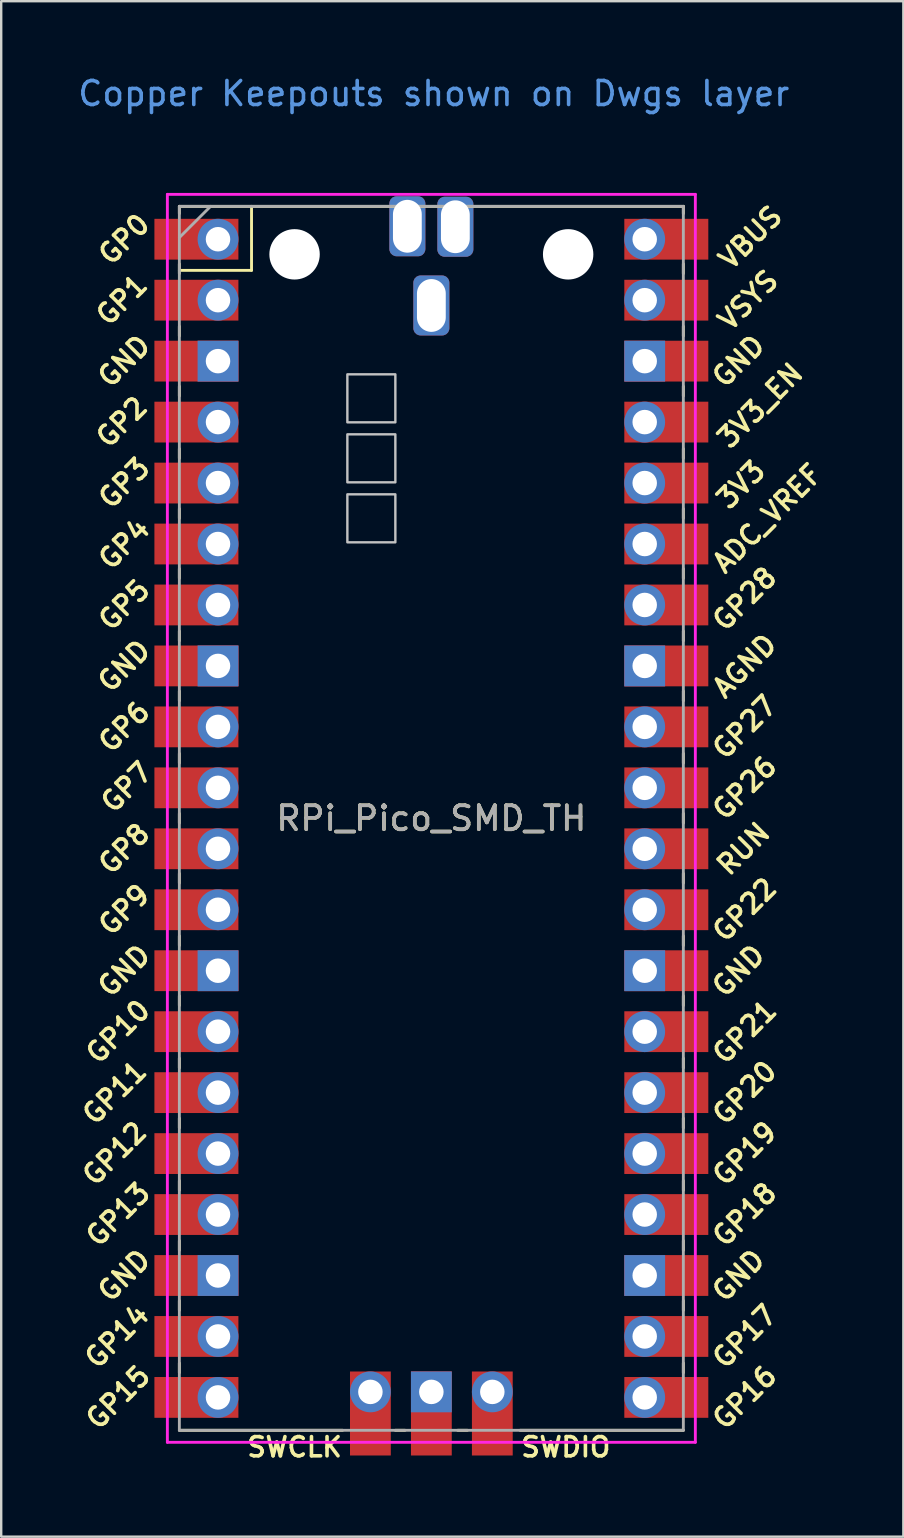
<source format=kicad_pcb>
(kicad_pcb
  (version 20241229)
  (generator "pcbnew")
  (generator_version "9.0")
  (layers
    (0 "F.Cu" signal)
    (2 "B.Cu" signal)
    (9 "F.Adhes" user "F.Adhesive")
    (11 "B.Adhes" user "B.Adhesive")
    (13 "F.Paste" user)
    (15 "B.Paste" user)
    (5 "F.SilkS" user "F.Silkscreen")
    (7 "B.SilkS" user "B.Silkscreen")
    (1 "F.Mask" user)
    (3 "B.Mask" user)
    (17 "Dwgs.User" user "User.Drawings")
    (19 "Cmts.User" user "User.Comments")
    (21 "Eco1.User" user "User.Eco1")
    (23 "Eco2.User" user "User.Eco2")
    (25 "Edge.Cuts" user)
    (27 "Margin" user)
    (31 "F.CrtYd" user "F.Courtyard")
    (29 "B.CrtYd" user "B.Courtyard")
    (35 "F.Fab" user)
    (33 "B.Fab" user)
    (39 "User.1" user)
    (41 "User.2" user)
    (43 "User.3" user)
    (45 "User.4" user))
  (footprint "RPi_Pico_SMD_TH"
    (layer "F.Cu")
    (at 14.924 31.048)
    (property "Reference" "RPi_Pico_SMD_TH" (at 0 0 180) (layer "F.SilkS") (effects (font (size 1 1) (thickness 0.15))))
    (attr through_hole)
    (fp_line (start -10.5 -25.5) (end -10.5 -25.2) (stroke (width 0.12) (type solid)) (layer "F.SilkS"))
    (fp_line (start -10.5 -25.5) (end 10.5 -25.5) (stroke (width 0.12) (type solid)) (layer "F.SilkS"))
    (fp_line (start -10.5 -23.1) (end -10.5 -22.7) (stroke (width 0.12) (type solid)) (layer "F.SilkS"))
    (fp_line (start -10.5 -22.833) (end -7.493 -22.833) (stroke (width 0.12) (type solid)) (layer "F.SilkS"))
    (fp_line (start -10.5 -20.5) (end -10.5 -20.1) (stroke (width 0.12) (type solid)) (layer "F.SilkS"))
    (fp_line (start -10.5 -18) (end -10.5 -17.6) (stroke (width 0.12) (type solid)) (layer "F.SilkS"))
    (fp_line (start -10.5 -15.4) (end -10.5 -15) (stroke (width 0.12) (type solid)) (layer "F.SilkS"))
    (fp_line (start -10.5 -12.9) (end -10.5 -12.5) (stroke (width 0.12) (type solid)) (layer "F.SilkS"))
    (fp_line (start -10.5 -10.4) (end -10.5 -10) (stroke (width 0.12) (type solid)) (layer "F.SilkS"))
    (fp_line (start -10.5 -7.8) (end -10.5 -7.4) (stroke (width 0.12) (type solid)) (layer "F.SilkS"))
    (fp_line (start -10.5 -5.3) (end -10.5 -4.9) (stroke (width 0.12) (type solid)) (layer "F.SilkS"))
    (fp_line (start -10.5 -2.7) (end -10.5 -2.3) (stroke (width 0.12) (type solid)) (layer "F.SilkS"))
    (fp_line (start -10.5 -0.2) (end -10.5 0.2) (stroke (width 0.12) (type solid)) (layer "F.SilkS"))
    (fp_line (start -10.5 2.3) (end -10.5 2.7) (stroke (width 0.12) (type solid)) (layer "F.SilkS"))
    (fp_line (start -10.5 4.9) (end -10.5 5.3) (stroke (width 0.12) (type solid)) (layer "F.SilkS"))
    (fp_line (start -10.5 7.4) (end -10.5 7.8) (stroke (width 0.12) (type solid)) (layer "F.SilkS"))
    (fp_line (start -10.5 10) (end -10.5 10.4) (stroke (width 0.12) (type solid)) (layer "F.SilkS"))
    (fp_line (start -10.5 12.5) (end -10.5 12.9) (stroke (width 0.12) (type solid)) (layer "F.SilkS"))
    (fp_line (start -10.5 15.1) (end -10.5 15.5) (stroke (width 0.12) (type solid)) (layer "F.SilkS"))
    (fp_line (start -10.5 17.6) (end -10.5 18) (stroke (width 0.12) (type solid)) (layer "F.SilkS"))
    (fp_line (start -10.5 20.1) (end -10.5 20.5) (stroke (width 0.12) (type solid)) (layer "F.SilkS"))
    (fp_line (start -10.5 22.7) (end -10.5 23.1) (stroke (width 0.12) (type solid)) (layer "F.SilkS"))
    (fp_line (start -7.493 -22.833) (end -7.493 -25.5) (stroke (width 0.12) (type solid)) (layer "F.SilkS"))
    (fp_line (start -3.7 25.5) (end -10.5 25.5) (stroke (width 0.12) (type solid)) (layer "F.SilkS"))
    (fp_line (start -1.5 25.5) (end -1.1 25.5) (stroke (width 0.12) (type solid)) (layer "F.SilkS"))
    (fp_line (start 1.1 25.5) (end 1.5 25.5) (stroke (width 0.12) (type solid)) (layer "F.SilkS"))
    (fp_line (start 10.5 -25.5) (end 10.5 -25.2) (stroke (width 0.12) (type solid)) (layer "F.SilkS"))
    (fp_line (start 10.5 -23.1) (end 10.5 -22.7) (stroke (width 0.12) (type solid)) (layer "F.SilkS"))
    (fp_line (start 10.5 -20.5) (end 10.5 -20.1) (stroke (width 0.12) (type solid)) (layer "F.SilkS"))
    (fp_line (start 10.5 -18) (end 10.5 -17.6) (stroke (width 0.12) (type solid)) (layer "F.SilkS"))
    (fp_line (start 10.5 -15.4) (end 10.5 -15) (stroke (width 0.12) (type solid)) (layer "F.SilkS"))
    (fp_line (start 10.5 -12.9) (end 10.5 -12.5) (stroke (width 0.12) (type solid)) (layer "F.SilkS"))
    (fp_line (start 10.5 -10.4) (end 10.5 -10) (stroke (width 0.12) (type solid)) (layer "F.SilkS"))
    (fp_line (start 10.5 -7.8) (end 10.5 -7.4) (stroke (width 0.12) (type solid)) (layer "F.SilkS"))
    (fp_line (start 10.5 -5.3) (end 10.5 -4.9) (stroke (width 0.12) (type solid)) (layer "F.SilkS"))
    (fp_line (start 10.5 -2.7) (end 10.5 -2.3) (stroke (width 0.12) (type solid)) (layer "F.SilkS"))
    (fp_line (start 10.5 -0.2) (end 10.5 0.2) (stroke (width 0.12) (type solid)) (layer "F.SilkS"))
    (fp_line (start 10.5 2.3) (end 10.5 2.7) (stroke (width 0.12) (type solid)) (layer "F.SilkS"))
    (fp_line (start 10.5 4.9) (end 10.5 5.3) (stroke (width 0.12) (type solid)) (layer "F.SilkS"))
    (fp_line (start 10.5 7.4) (end 10.5 7.8) (stroke (width 0.12) (type solid)) (layer "F.SilkS"))
    (fp_line (start 10.5 10) (end 10.5 10.4) (stroke (width 0.12) (type solid)) (layer "F.SilkS"))
    (fp_line (start 10.5 12.5) (end 10.5 12.9) (stroke (width 0.12) (type solid)) (layer "F.SilkS"))
    (fp_line (start 10.5 15.1) (end 10.5 15.5) (stroke (width 0.12) (type solid)) (layer "F.SilkS"))
    (fp_line (start 10.5 17.6) (end 10.5 18) (stroke (width 0.12) (type solid)) (layer "F.SilkS"))
    (fp_line (start 10.5 20.1) (end 10.5 20.5) (stroke (width 0.12) (type solid)) (layer "F.SilkS"))
    (fp_line (start 10.5 22.7) (end 10.5 23.1) (stroke (width 0.12) (type solid)) (layer "F.SilkS"))
    (fp_line (start 10.5 25.5) (end 3.7 25.5) (stroke (width 0.12) (type solid)) (layer "F.SilkS"))
    (fp_poly (pts (xy -1.5 -16.5) (xy -3.5 -16.5) (xy -3.5 -18.5) (xy -1.5 -18.5)) (stroke (width 0.1) (type solid)) (fill no) (layer "Dwgs.User"))
    (fp_poly (pts (xy -1.5 -14) (xy -3.5 -14) (xy -3.5 -16) (xy -1.5 -16)) (stroke (width 0.1) (type solid)) (fill no) (layer "Dwgs.User"))
    (fp_poly (pts (xy -1.5 -11.5) (xy -3.5 -11.5) (xy -3.5 -13.5) (xy -1.5 -13.5)) (stroke (width 0.1) (type solid)) (fill no) (layer "Dwgs.User"))
    (fp_line (start -11 -26) (end 11 -26) (stroke (width 0.12) (type solid)) (layer "F.CrtYd"))
    (fp_line (start -11 26) (end -11 -26) (stroke (width 0.12) (type solid)) (layer "F.CrtYd"))
    (fp_line (start 11 -26) (end 11 26) (stroke (width 0.12) (type solid)) (layer "F.CrtYd"))
    (fp_line (start 11 26) (end -11 26) (stroke (width 0.12) (type solid)) (layer "F.CrtYd"))
    (fp_line (start -10.5 -25.5) (end 10.5 -25.5) (stroke (width 0.12) (type solid)) (layer "F.Fab"))
    (fp_line (start -10.5 -24.2) (end -9.2 -25.5) (stroke (width 0.12) (type solid)) (layer "F.Fab"))
    (fp_line (start -10.5 25.5) (end -10.5 -25.5) (stroke (width 0.12) (type solid)) (layer "F.Fab"))
    (fp_line (start 10.5 -25.5) (end 10.5 25.5) (stroke (width 0.12) (type solid)) (layer "F.Fab"))
    (fp_line (start 10.5 25.5) (end -10.5 25.5) (stroke (width 0.12) (type solid)) (layer "F.Fab"))
    (fp_text user "GP2" (at -12.9 -16.51 225) (layer "F.SilkS") (effects (font (size 0.8 0.8) (thickness 0.15))))
    (fp_text user "GP17" (at 13.054 21.59 225) (layer "F.SilkS") (effects (font (size 0.8 0.8) (thickness 0.15))))
    (fp_text user "GP27" (at 13.054 -3.8 225) (layer "F.SilkS") (effects (font (size 0.8 0.8) (thickness 0.15))))
    (fp_text user "GND" (at 12.8 -19.05 225) (layer "F.SilkS") (effects (font (size 0.8 0.8) (thickness 0.15))))
    (fp_text user "GP0" (at -12.8 -24.13 225) (layer "F.SilkS") (effects (font (size 0.8 0.8) (thickness 0.15))))
    (fp_text user "GND" (at -12.8 -6.35 225) (layer "F.SilkS") (effects (font (size 0.8 0.8) (thickness 0.15))))
    (fp_text user "ADC_VREF" (at 14 -12.5 225) (layer "F.SilkS") (effects (font (size 0.8 0.8) (thickness 0.15))))
    (fp_text user "GP6" (at -12.8 -3.81 225) (layer "F.SilkS") (effects (font (size 0.8 0.8) (thickness 0.15))))
    (fp_text user "GP8" (at -12.8 1.27 225) (layer "F.SilkS") (effects (font (size 0.8 0.8) (thickness 0.15))))
    (fp_text user "GP1" (at -12.9 -21.6 225) (layer "F.SilkS") (effects (font (size 0.8 0.8) (thickness 0.15))))
    (fp_text user "GP9" (at -12.8 3.81 225) (layer "F.SilkS") (effects (font (size 0.8 0.8) (thickness 0.15))))
    (fp_text user "GND" (at 12.8 19.05 225) (layer "F.SilkS") (effects (font (size 0.8 0.8) (thickness 0.15))))
    (fp_text user "SWDIO" (at 5.6 26.2 180) (layer "F.SilkS") (effects (font (size 0.8 0.8) (thickness 0.15))))
    (fp_text user "GP13" (at -13.054 16.51 225) (layer "F.SilkS") (effects (font (size 0.8 0.8) (thickness 0.15))))
    (fp_text user "AGND" (at 13.054 -6.35 225) (layer "F.SilkS") (effects (font (size 0.8 0.8) (thickness 0.15))))
    (fp_text user "GP21" (at 13.054 8.9 225) (layer "F.SilkS") (effects (font (size 0.8 0.8) (thickness 0.15))))
    (fp_text user "GP15" (at -13.054 24.13 225) (layer "F.SilkS") (effects (font (size 0.8 0.8) (thickness 0.15))))
    (fp_text user "GP28" (at 13.054 -9.144 225) (layer "F.SilkS") (effects (font (size 0.8 0.8) (thickness 0.15))))
    (fp_text user "GP10" (at -13.054 8.89 225) (layer "F.SilkS") (effects (font (size 0.8 0.8) (thickness 0.15))))
    (fp_text user "3V3" (at 12.9 -13.9 225) (layer "F.SilkS") (effects (font (size 0.8 0.8) (thickness 0.15))))
    (fp_text user "GP11" (at -13.2 11.43 225) (layer "F.SilkS") (effects (font (size 0.8 0.8) (thickness 0.15))))
    (fp_text user "GND" (at -12.8 -19.05 225) (layer "F.SilkS") (effects (font (size 0.8 0.8) (thickness 0.15))))
    (fp_text user "GP3" (at -12.8 -13.97 225) (layer "F.SilkS") (effects (font (size 0.8 0.8) (thickness 0.15))))
    (fp_text user "3V3_EN" (at 13.7 -17.2 225) (layer "F.SilkS") (effects (font (size 0.8 0.8) (thickness 0.15))))
    (fp_text user "GP18" (at 13.054 16.51 225) (layer "F.SilkS") (effects (font (size 0.8 0.8) (thickness 0.15))))
    (fp_text user "GP26" (at 13.054 -1.27 225) (layer "F.SilkS") (effects (font (size 0.8 0.8) (thickness 0.15))))
    (fp_text user "GP5" (at -12.8 -8.89 225) (layer "F.SilkS") (effects (font (size 0.8 0.8) (thickness 0.15))))
    (fp_text user "GP14" (at -13.1 21.59 225) (layer "F.SilkS") (effects (font (size 0.8 0.8) (thickness 0.15))))
    (fp_text user "GP12" (at -13.2 13.97 225) (layer "F.SilkS") (effects (font (size 0.8 0.8) (thickness 0.15))))
    (fp_text user "GP7" (at -12.7 -1.3 225) (layer "F.SilkS") (effects (font (size 0.8 0.8) (thickness 0.15))))
    (fp_text user "GP4" (at -12.8 -11.43 225) (layer "F.SilkS") (effects (font (size 0.8 0.8) (thickness 0.15))))
    (fp_text user "GP19" (at 13.054 13.97 225) (layer "F.SilkS") (effects (font (size 0.8 0.8) (thickness 0.15))))
    (fp_text user "GP22" (at 13.054 3.81 225) (layer "F.SilkS") (effects (font (size 0.8 0.8) (thickness 0.15))))
    (fp_text user "RUN" (at 13 1.27 225) (layer "F.SilkS") (effects (font (size 0.8 0.8) (thickness 0.15))))
    (fp_text user "GP16" (at 13.054 24.13 225) (layer "F.SilkS") (effects (font (size 0.8 0.8) (thickness 0.15))))
    (fp_text user "SWCLK" (at -5.7 26.2 180) (layer "F.SilkS") (effects (font (size 0.8 0.8) (thickness 0.15))))
    (fp_text user "VSYS" (at 13.2 -21.59 225) (layer "F.SilkS") (effects (font (size 0.8 0.8) (thickness 0.15))))
    (fp_text user "GP20" (at 13.054 11.43 225) (layer "F.SilkS") (effects (font (size 0.8 0.8) (thickness 0.15))))
    (fp_text user "GND" (at 12.8 6.35 225) (layer "F.SilkS") (effects (font (size 0.8 0.8) (thickness 0.15))))
    (fp_text user "VBUS" (at 13.3 -24.2 225) (layer "F.SilkS") (effects (font (size 0.8 0.8) (thickness 0.15))))
    (fp_text user "GND" (at -12.8 19.05 225) (layer "F.SilkS") (effects (font (size 0.8 0.8) (thickness 0.15))))
    (fp_text user "GND" (at -12.8 6.35 225) (layer "F.SilkS") (effects (font (size 0.8 0.8) (thickness 0.15))))
    (fp_text user "Copper Keepouts shown on Dwgs layer" (at 0.1 -30.2 180) (layer "Cmts.User") (effects (font (size 1 1) (thickness 0.15))))
    (fp_text user "${REFERENCE}" (at 0 0 180) (layer "F.Fab") (effects (font (size 1 1) (thickness 0.15))))
    (pad "" np_thru_hole circle (at -5.7 -23.5) (size 2.1 2.1) (drill 2.1) (layers "*.Cu" "*.Mask"))
    (pad "" np_thru_hole circle (at 5.7 -23.5) (size 2.1 2.1) (drill 2.1) (layers "*.Cu" "*.Mask"))
    (pad "1" thru_hole oval (at -8.89 -24.13) (size 1.7 1.7) (drill 1.02) (layers "*.Cu" "*.Mask"))
    (pad "1" smd rect (at -8.89 -24.13) (size 3.5 1.7) (drill (offset -0.9 0)) (layers "F.Cu" "F.Mask"))
    (pad "2" thru_hole oval (at -8.89 -21.59) (size 1.7 1.7) (drill 1.02) (layers "*.Cu" "*.Mask"))
    (pad "2" smd rect (at -8.89 -21.59) (size 3.5 1.7) (drill (offset -0.9 0)) (layers "F.Cu" "F.Mask"))
    (pad "3" thru_hole rect (at -8.89 -19.05) (size 1.7 1.7) (drill 1.02) (layers "*.Cu" "*.Mask"))
    (pad "3" smd rect (at -8.89 -19.05) (size 3.5 1.7) (drill (offset -0.9 0)) (layers "F.Cu" "F.Mask"))
    (pad "4" thru_hole oval (at -8.89 -16.51) (size 1.7 1.7) (drill 1.02) (layers "*.Cu" "*.Mask"))
    (pad "4" smd rect (at -8.89 -16.51) (size 3.5 1.7) (drill (offset -0.9 0)) (layers "F.Cu" "F.Mask"))
    (pad "5" thru_hole oval (at -8.89 -13.97) (size 1.7 1.7) (drill 1.02) (layers "*.Cu" "*.Mask"))
    (pad "5" smd rect (at -8.89 -13.97) (size 3.5 1.7) (drill (offset -0.9 0)) (layers "F.Cu" "F.Mask"))
    (pad "6" thru_hole oval (at -8.89 -11.43) (size 1.7 1.7) (drill 1.02) (layers "*.Cu" "*.Mask"))
    (pad "6" smd rect (at -8.89 -11.43) (size 3.5 1.7) (drill (offset -0.9 0)) (layers "F.Cu" "F.Mask"))
    (pad "7" thru_hole oval (at -8.89 -8.89) (size 1.7 1.7) (drill 1.02) (layers "*.Cu" "*.Mask"))
    (pad "7" smd rect (at -8.89 -8.89) (size 3.5 1.7) (drill (offset -0.9 0)) (layers "F.Cu" "F.Mask"))
    (pad "8" thru_hole rect (at -8.89 -6.35) (size 1.7 1.7) (drill 1.02) (layers "*.Cu" "*.Mask"))
    (pad "8" smd rect (at -8.89 -6.35) (size 3.5 1.7) (drill (offset -0.9 0)) (layers "F.Cu" "F.Mask"))
    (pad "9" thru_hole oval (at -8.89 -3.81) (size 1.7 1.7) (drill 1.02) (layers "*.Cu" "*.Mask"))
    (pad "9" smd rect (at -8.89 -3.81) (size 3.5 1.7) (drill (offset -0.9 0)) (layers "F.Cu" "F.Mask"))
    (pad "10" thru_hole oval (at -8.89 -1.27) (size 1.7 1.7) (drill 1.02) (layers "*.Cu" "*.Mask"))
    (pad "10" smd rect (at -8.89 -1.27) (size 3.5 1.7) (drill (offset -0.9 0)) (layers "F.Cu" "F.Mask"))
    (pad "11" thru_hole oval (at -8.89 1.27) (size 1.7 1.7) (drill 1.02) (layers "*.Cu" "*.Mask"))
    (pad "11" smd rect (at -8.89 1.27) (size 3.5 1.7) (drill (offset -0.9 0)) (layers "F.Cu" "F.Mask"))
    (pad "12" thru_hole oval (at -8.89 3.81) (size 1.7 1.7) (drill 1.02) (layers "*.Cu" "*.Mask"))
    (pad "12" smd rect (at -8.89 3.81) (size 3.5 1.7) (drill (offset -0.9 0)) (layers "F.Cu" "F.Mask"))
    (pad "13" thru_hole rect (at -8.89 6.35) (size 1.7 1.7) (drill 1.02) (layers "*.Cu" "*.Mask"))
    (pad "13" smd rect (at -8.89 6.35) (size 3.5 1.7) (drill (offset -0.9 0)) (layers "F.Cu" "F.Mask"))
    (pad "14" thru_hole oval (at -8.89 8.89) (size 1.7 1.7) (drill 1.02) (layers "*.Cu" "*.Mask"))
    (pad "14" smd rect (at -8.89 8.89) (size 3.5 1.7) (drill (offset -0.9 0)) (layers "F.Cu" "F.Mask"))
    (pad "15" thru_hole oval (at -8.89 11.43) (size 1.7 1.7) (drill 1.02) (layers "*.Cu" "*.Mask"))
    (pad "15" smd rect (at -8.89 11.43) (size 3.5 1.7) (drill (offset -0.9 0)) (layers "F.Cu" "F.Mask"))
    (pad "16" thru_hole oval (at -8.89 13.97) (size 1.7 1.7) (drill 1.02) (layers "*.Cu" "*.Mask"))
    (pad "16" smd rect (at -8.89 13.97) (size 3.5 1.7) (drill (offset -0.9 0)) (layers "F.Cu" "F.Mask"))
    (pad "17" thru_hole oval (at -8.89 16.51) (size 1.7 1.7) (drill 1.02) (layers "*.Cu" "*.Mask"))
    (pad "17" smd rect (at -8.89 16.51) (size 3.5 1.7) (drill (offset -0.9 0)) (layers "F.Cu" "F.Mask"))
    (pad "18" thru_hole rect (at -8.89 19.05) (size 1.7 1.7) (drill 1.02) (layers "*.Cu" "*.Mask"))
    (pad "18" smd rect (at -8.89 19.05) (size 3.5 1.7) (drill (offset -0.9 0)) (layers "F.Cu" "F.Mask"))
    (pad "19" thru_hole oval (at -8.89 21.59) (size 1.7 1.7) (drill 1.02) (layers "*.Cu" "*.Mask"))
    (pad "19" smd rect (at -8.89 21.59) (size 3.5 1.7) (drill (offset -0.9 0)) (layers "F.Cu" "F.Mask"))
    (pad "20" thru_hole oval (at -8.89 24.13) (size 1.7 1.7) (drill 1.02) (layers "*.Cu" "*.Mask"))
    (pad "20" smd rect (at -8.89 24.13) (size 3.5 1.7) (drill (offset -0.9 0)) (layers "F.Cu" "F.Mask"))
    (pad "21" thru_hole oval (at 8.89 24.13) (size 1.7 1.7) (drill 1.02) (layers "*.Cu" "*.Mask"))
    (pad "21" smd rect (at 8.89 24.13) (size 3.5 1.7) (drill (offset 0.9 0)) (layers "F.Cu" "F.Mask"))
    (pad "22" thru_hole oval (at 8.89 21.59) (size 1.7 1.7) (drill 1.02) (layers "*.Cu" "*.Mask"))
    (pad "22" smd rect (at 8.89 21.59) (size 3.5 1.7) (drill (offset 0.9 0)) (layers "F.Cu" "F.Mask"))
    (pad "23" thru_hole rect (at 8.89 19.05) (size 1.7 1.7) (drill 1.02) (layers "*.Cu" "*.Mask"))
    (pad "23" smd rect (at 8.89 19.05) (size 3.5 1.7) (drill (offset 0.9 0)) (layers "F.Cu" "F.Mask"))
    (pad "24" thru_hole oval (at 8.89 16.51) (size 1.7 1.7) (drill 1.02) (layers "*.Cu" "*.Mask"))
    (pad "24" smd rect (at 8.89 16.51) (size 3.5 1.7) (drill (offset 0.9 0)) (layers "F.Cu" "F.Mask"))
    (pad "25" thru_hole oval (at 8.89 13.97) (size 1.7 1.7) (drill 1.02) (layers "*.Cu" "*.Mask"))
    (pad "25" smd rect (at 8.89 13.97) (size 3.5 1.7) (drill (offset 0.9 0)) (layers "F.Cu" "F.Mask"))
    (pad "26" thru_hole oval (at 8.89 11.43) (size 1.7 1.7) (drill 1.02) (layers "*.Cu" "*.Mask"))
    (pad "26" smd rect (at 8.89 11.43) (size 3.5 1.7) (drill (offset 0.9 0)) (layers "F.Cu" "F.Mask"))
    (pad "27" thru_hole oval (at 8.89 8.89) (size 1.7 1.7) (drill 1.02) (layers "*.Cu" "*.Mask"))
    (pad "27" smd rect (at 8.89 8.89) (size 3.5 1.7) (drill (offset 0.9 0)) (layers "F.Cu" "F.Mask"))
    (pad "28" thru_hole rect (at 8.89 6.35) (size 1.7 1.7) (drill 1.02) (layers "*.Cu" "*.Mask"))
    (pad "28" smd rect (at 8.89 6.35) (size 3.5 1.7) (drill (offset 0.9 0)) (layers "F.Cu" "F.Mask"))
    (pad "29" thru_hole oval (at 8.89 3.81) (size 1.7 1.7) (drill 1.02) (layers "*.Cu" "*.Mask"))
    (pad "29" smd rect (at 8.89 3.81) (size 3.5 1.7) (drill (offset 0.9 0)) (layers "F.Cu" "F.Mask"))
    (pad "30" thru_hole oval (at 8.89 1.27) (size 1.7 1.7) (drill 1.02) (layers "*.Cu" "*.Mask"))
    (pad "30" smd rect (at 8.89 1.27) (size 3.5 1.7) (drill (offset 0.9 0)) (layers "F.Cu" "F.Mask"))
    (pad "31" thru_hole oval (at 8.89 -1.27) (size 1.7 1.7) (drill 1.02) (layers "*.Cu" "*.Mask"))
    (pad "31" smd rect (at 8.89 -1.27) (size 3.5 1.7) (drill (offset 0.9 0)) (layers "F.Cu" "F.Mask"))
    (pad "32" thru_hole oval (at 8.89 -3.81) (size 1.7 1.7) (drill 1.02) (layers "*.Cu" "*.Mask"))
    (pad "32" smd rect (at 8.89 -3.81) (size 3.5 1.7) (drill (offset 0.9 0)) (layers "F.Cu" "F.Mask"))
    (pad "33" thru_hole rect (at 8.89 -6.35) (size 1.7 1.7) (drill 1.02) (layers "*.Cu" "*.Mask"))
    (pad "33" smd rect (at 8.89 -6.35) (size 3.5 1.7) (drill (offset 0.9 0)) (layers "F.Cu" "F.Mask"))
    (pad "34" thru_hole oval (at 8.89 -8.89) (size 1.7 1.7) (drill 1.02) (layers "*.Cu" "*.Mask"))
    (pad "34" smd rect (at 8.89 -8.89) (size 3.5 1.7) (drill (offset 0.9 0)) (layers "F.Cu" "F.Mask"))
    (pad "35" thru_hole oval (at 8.89 -11.43) (size 1.7 1.7) (drill 1.02) (layers "*.Cu" "*.Mask"))
    (pad "35" smd rect (at 8.89 -11.43) (size 3.5 1.7) (drill (offset 0.9 0)) (layers "F.Cu" "F.Mask"))
    (pad "36" thru_hole oval (at 8.89 -13.97) (size 1.7 1.7) (drill 1.02) (layers "*.Cu" "*.Mask"))
    (pad "36" smd rect (at 8.89 -13.97) (size 3.5 1.7) (drill (offset 0.9 0)) (layers "F.Cu" "F.Mask"))
    (pad "37" thru_hole oval (at 8.89 -16.51) (size 1.7 1.7) (drill 1.02) (layers "*.Cu" "*.Mask"))
    (pad "37" smd rect (at 8.89 -16.51) (size 3.5 1.7) (drill (offset 0.9 0)) (layers "F.Cu" "F.Mask"))
    (pad "38" thru_hole rect (at 8.89 -19.05) (size 1.7 1.7) (drill 1.02) (layers "*.Cu" "*.Mask"))
    (pad "38" smd rect (at 8.89 -19.05) (size 3.5 1.7) (drill (offset 0.9 0)) (layers "F.Cu" "F.Mask"))
    (pad "39" thru_hole oval (at 8.89 -21.59) (size 1.7 1.7) (drill 1.02) (layers "*.Cu" "*.Mask"))
    (pad "39" smd rect (at 8.89 -21.59) (size 3.5 1.7) (drill (offset 0.9 0)) (layers "F.Cu" "F.Mask"))
    (pad "40" thru_hole oval (at 8.89 -24.13) (size 1.7 1.7) (drill 1.02) (layers "*.Cu" "*.Mask"))
    (pad "40" smd rect (at 8.89 -24.13) (size 3.5 1.7) (drill (offset 0.9 0)) (layers "F.Cu" "F.Mask"))
    (pad "41" thru_hole oval (at -2.54 23.9) (size 1.7 1.7) (drill 1.02) (layers "*.Cu" "*.Mask"))
    (pad "41" smd rect (at -2.54 23.9 90) (size 3.5 1.7) (drill (offset -0.9 0)) (layers "F.Cu" "F.Mask"))
    (pad "42" thru_hole rect (at 0 23.9) (size 1.7 1.7) (drill 1.02) (layers "*.Cu" "*.Mask"))
    (pad "42" smd rect (at 0 23.9 90) (size 3.5 1.7) (drill (offset -0.9 0)) (layers "F.Cu" "F.Mask"))
    (pad "43" thru_hole oval (at 2.54 23.9) (size 1.7 1.7) (drill 1.02) (layers "*.Cu" "*.Mask"))
    (pad "43" smd rect (at 2.54 23.9 90) (size 3.5 1.7) (drill (offset -0.9 0)) (layers "F.Cu" "F.Mask"))
    (pad "TP1" thru_hole roundrect (at 0 -21.37) (size 1.5 2.5) (drill oval 1.2 2.2) (layers "*.Cu" "*.Mask") (roundrect_rratio 0.2))
    (pad "TP2" thru_hole roundrect (at 1 -24.65) (size 1.5 2.5) (drill oval 1.2 2.2) (layers "*.Cu" "*.Mask") (roundrect_rratio 0.2))
    (pad "TP3" thru_hole roundrect (at -1 -24.67) (size 1.5 2.5) (drill oval 1.2 2.2) (layers "*.Cu" "*.Mask") (roundrect_rratio 0.2)))
  (gr_rect
    (start -3 -3)
    (end 34.591 60.98)
    (stroke (width 0.1) (type default))
    (fill no)
    (layer "Edge.Cuts")))
</source>
